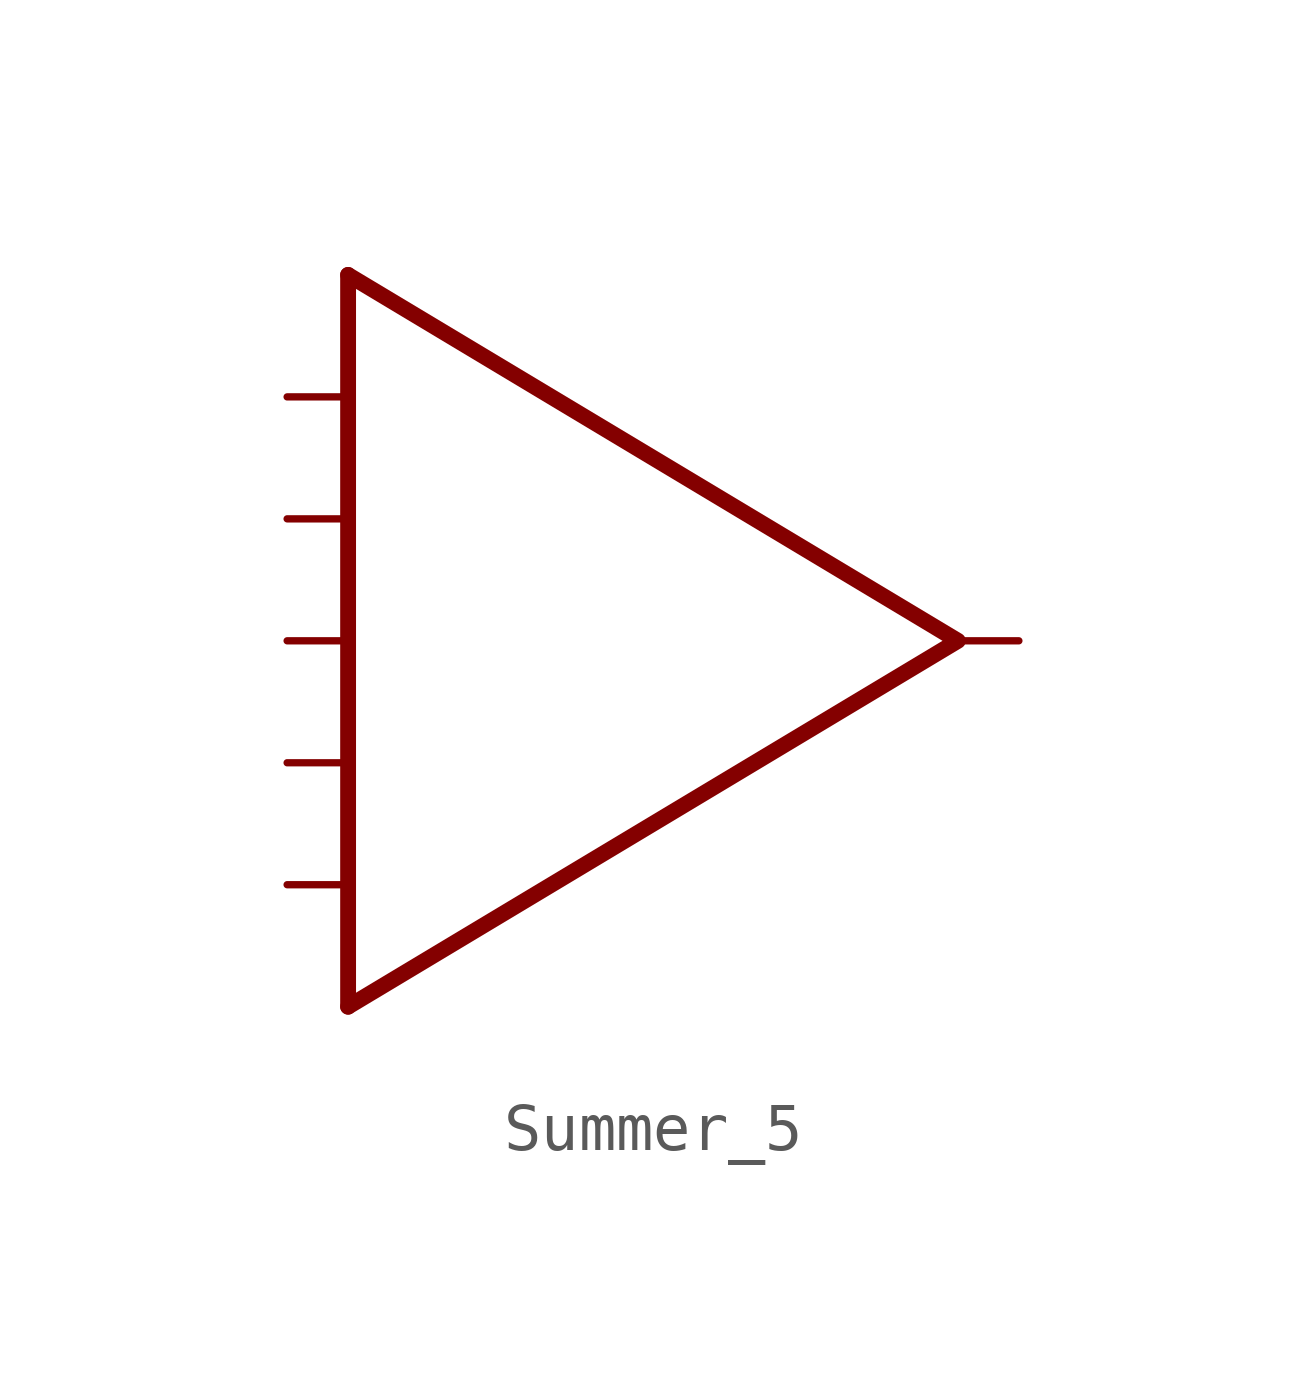
<source format=kicad_sym>
(kicad_symbol_lib
  (version 20211014)
  (generator kicad_symbol_editor)
  (symbol "Summer_5"
    (property "Reference" "U"
      (at 7.62 10.16 0)
      (effects (font (size 1.27 1.27)) hide))
    (symbol "Summer_5_0_1"
      (polyline (pts (xy -6.35 -7.62) (xy -6.35 7.62)) (stroke (width 0.33) (type default) (color 0 0 0 0)) (fill (type none)))
      (polyline (pts (xy -6.35 7.62) (xy 6.35 0) (xy -6.35 -7.62)) (stroke (width 0.33) (type default) (color 0 0 0 0)) (fill (type none))))
    (symbol "Summer_5_1_1"
      (pin input line (at -7.62 -5.08 0) (length 1.27) (name "" (effects (font (size 1.27 1.27)))) (number "" (effects (font (size 1.27 1.27)))))
      (pin input line (at -7.62 -2.54 0) (length 1.27) (name "" (effects (font (size 1.27 1.27)))) (number "" (effects (font (size 1.27 1.27)))))
      (pin input line (at -7.62 0 0) (length 1.27) (name "" (effects (font (size 1.27 1.27)))) (number "" (effects (font (size 1.27 1.27)))))
      (pin input line (at -7.62 2.54 0) (length 1.27) (name "" (effects (font (size 1.27 1.27)))) (number "" (effects (font (size 1.27 1.27)))))
      (pin input line (at -7.62 5.08 0) (length 1.27) (name "" (effects (font (size 1.27 1.27)))) (number "" (effects (font (size 1.27 1.27)))))
      (pin output line (at 7.62 0 180) (length 1.27) (name "" (effects (font (size 1.27 1.27)))) (number "" (effects (font (size 1.27 1.27))))))))
</source>
